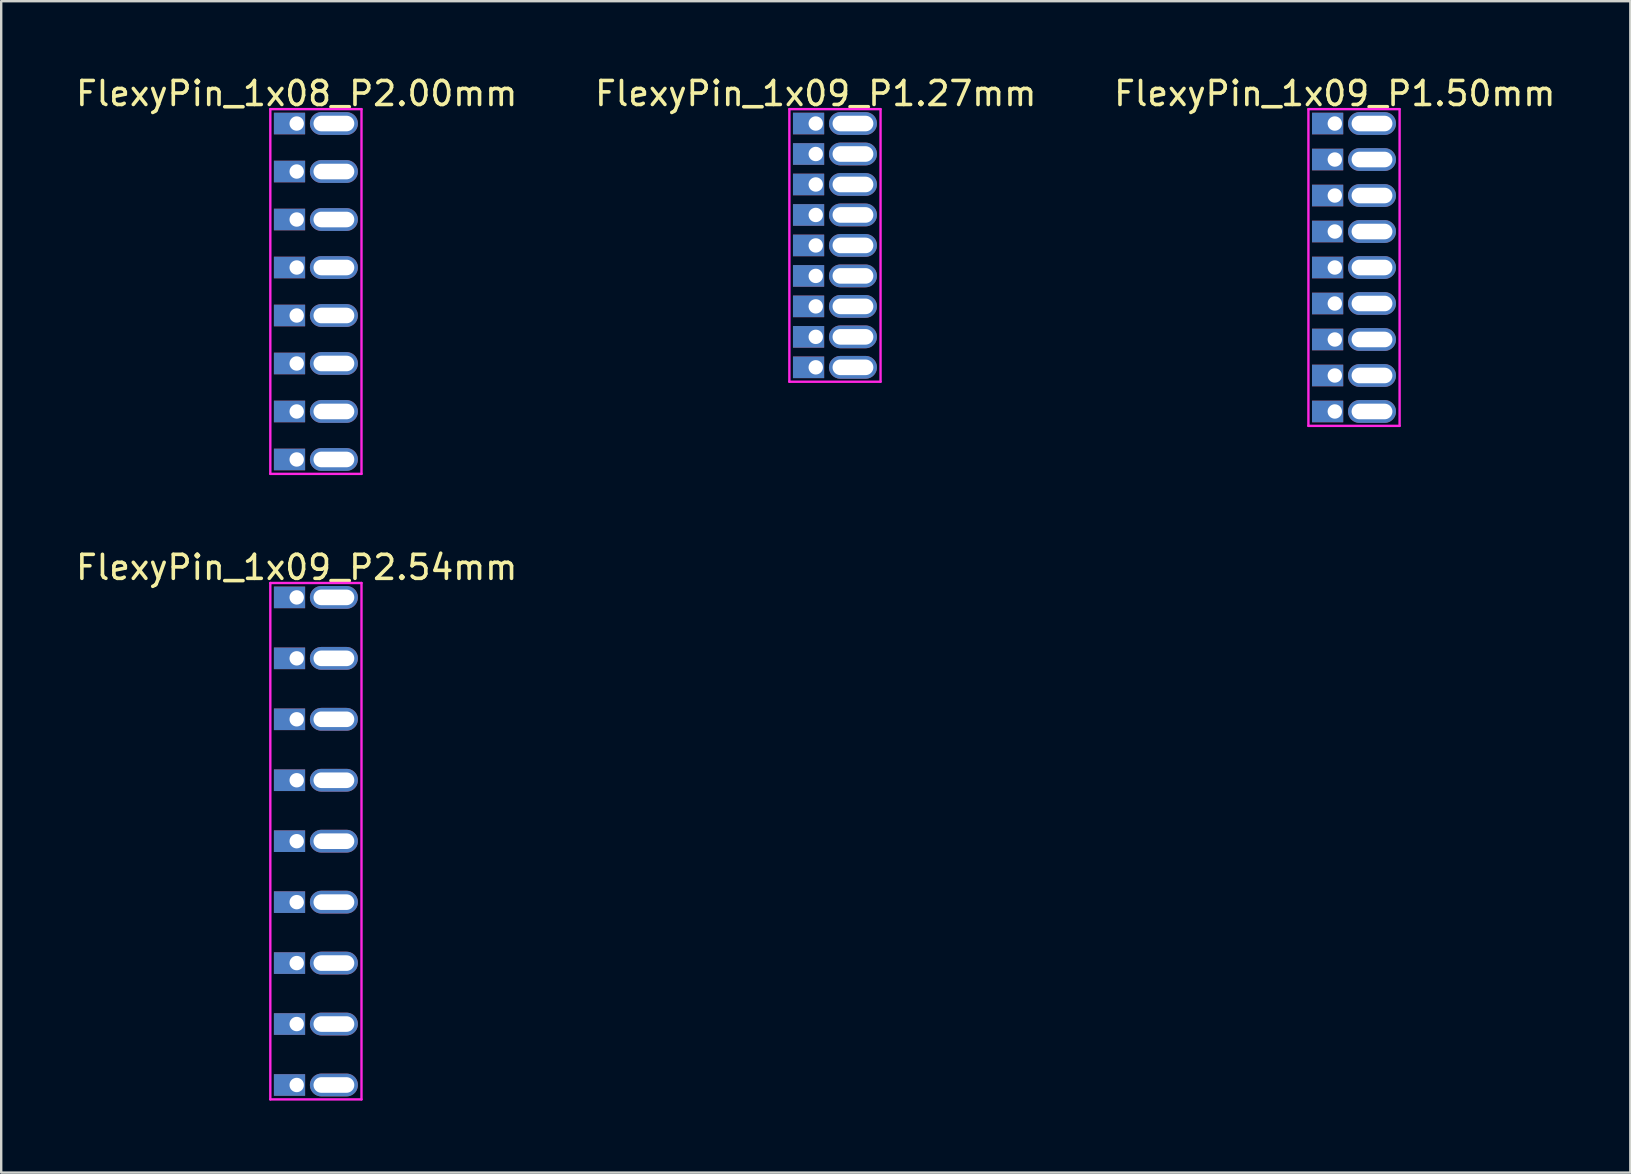
<source format=kicad_pcb>
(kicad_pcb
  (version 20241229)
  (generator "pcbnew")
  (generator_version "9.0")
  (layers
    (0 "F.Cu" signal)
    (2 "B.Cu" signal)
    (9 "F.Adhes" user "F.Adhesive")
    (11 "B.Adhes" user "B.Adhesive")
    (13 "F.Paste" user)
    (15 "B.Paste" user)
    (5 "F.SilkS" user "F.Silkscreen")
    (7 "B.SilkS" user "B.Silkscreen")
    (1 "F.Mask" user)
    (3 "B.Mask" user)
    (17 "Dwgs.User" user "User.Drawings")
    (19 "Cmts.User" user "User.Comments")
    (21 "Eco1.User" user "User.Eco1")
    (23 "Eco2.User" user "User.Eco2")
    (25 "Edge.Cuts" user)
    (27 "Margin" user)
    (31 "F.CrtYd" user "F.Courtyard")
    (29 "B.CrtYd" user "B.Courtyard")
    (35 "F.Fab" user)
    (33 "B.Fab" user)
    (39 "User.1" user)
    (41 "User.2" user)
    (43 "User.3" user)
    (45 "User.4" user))
  (footprint "FlexyPin_1x09_P2.54mm"
    (layer "F.Cu")
    (at 9.315 21.846)
    (property "Reference" "FlexyPin_1x09_P2.54mm" (at 0 -1.25 0) (layer "F.SilkS") (effects (font (size 1 1) (thickness 0.15))))
    (attr through_hole)
    (fp_line (start -1.1 -0.6) (end 2.7 -0.6) (stroke (width 0.1) (type solid)) (layer "F.CrtYd"))
    (fp_line (start -1.1 20.92) (end -1.1 -0.6) (stroke (width 0.1) (type solid)) (layer "F.CrtYd"))
    (fp_line (start 2.7 -0.6) (end 2.7 20.92) (stroke (width 0.1) (type solid)) (layer "F.CrtYd"))
    (fp_line (start 2.7 20.92) (end -1.1 20.92) (stroke (width 0.1) (type solid)) (layer "F.CrtYd"))
    (pad "" thru_hole oval (at 1.55 0) (size 2 0.95) (drill oval 1.7 0.65) (layers "*.Cu" "*.Mask"))
    (pad "" thru_hole oval (at 1.55 2.54) (size 2 0.95) (drill oval 1.7 0.65) (layers "*.Cu" "*.Mask"))
    (pad "" thru_hole oval (at 1.55 5.08) (size 2 0.95) (drill oval 1.7 0.65) (layers "*.Cu" "*.Mask"))
    (pad "" thru_hole oval (at 1.55 7.62) (size 2 0.95) (drill oval 1.7 0.65) (layers "*.Cu" "*.Mask"))
    (pad "" thru_hole oval (at 1.55 10.16) (size 2 0.95) (drill oval 1.7 0.65) (layers "*.Cu" "*.Mask"))
    (pad "" thru_hole oval (at 1.55 12.7) (size 2 0.95) (drill oval 1.7 0.65) (layers "*.Cu" "*.Mask"))
    (pad "" thru_hole oval (at 1.55 15.24) (size 2 0.95) (drill oval 1.7 0.65) (layers "*.Cu" "*.Mask"))
    (pad "" thru_hole oval (at 1.55 17.78) (size 2 0.95) (drill oval 1.7 0.65) (layers "*.Cu" "*.Mask"))
    (pad "" thru_hole oval (at 1.55 20.32) (size 2 0.95) (drill oval 1.7 0.65) (layers "*.Cu" "*.Mask"))
    (pad "1" thru_hole rect (at 0 0) (size 1.3 0.9) (drill 0.6 (offset -0.3 0)) (layers "*.Cu" "*.Mask"))
    (pad "2" thru_hole rect (at 0 2.54) (size 1.3 0.9) (drill 0.6 (offset -0.3 0)) (layers "*.Cu" "*.Mask"))
    (pad "3" thru_hole rect (at 0 5.08) (size 1.3 0.9) (drill 0.6 (offset -0.3 0)) (layers "*.Cu" "*.Mask"))
    (pad "4" thru_hole rect (at 0 7.62) (size 1.3 0.9) (drill 0.6 (offset -0.3 0)) (layers "*.Cu" "*.Mask"))
    (pad "5" thru_hole rect (at 0 10.16) (size 1.3 0.9) (drill 0.6 (offset -0.3 0)) (layers "*.Cu" "*.Mask"))
    (pad "6" thru_hole rect (at 0 12.7) (size 1.3 0.9) (drill 0.6 (offset -0.3 0)) (layers "*.Cu" "*.Mask"))
    (pad "7" thru_hole rect (at 0 15.24) (size 1.3 0.9) (drill 0.6 (offset -0.3 0)) (layers "*.Cu" "*.Mask"))
    (pad "8" thru_hole rect (at 0 17.78) (size 1.3 0.9) (drill 0.6 (offset -0.3 0)) (layers "*.Cu" "*.Mask"))
    (pad "9" thru_hole rect (at 0 20.32) (size 1.3 0.9) (drill 0.6 (offset -0.3 0)) (layers "*.Cu" "*.Mask")))
  (footprint "FlexyPin_1x08_P2.00mm"
    (layer "F.Cu")
    (at 9.315 2.098)
    (property "Reference" "FlexyPin_1x08_P2.00mm" (at 0 -1.25 0) (layer "F.SilkS") (effects (font (size 1 1) (thickness 0.15))))
    (attr through_hole)
    (fp_line (start -1.1 -0.6) (end 2.7 -0.6) (stroke (width 0.1) (type solid)) (layer "F.CrtYd"))
    (fp_line (start -1.1 14.6) (end -1.1 -0.6) (stroke (width 0.1) (type solid)) (layer "F.CrtYd"))
    (fp_line (start 2.7 -0.6) (end 2.7 14.6) (stroke (width 0.1) (type solid)) (layer "F.CrtYd"))
    (fp_line (start 2.7 14.6) (end -1.1 14.6) (stroke (width 0.1) (type solid)) (layer "F.CrtYd"))
    (pad "" thru_hole oval (at 1.55 0) (size 2 0.95) (drill oval 1.7 0.65) (layers "*.Cu" "*.Mask"))
    (pad "" thru_hole oval (at 1.55 2) (size 2 0.95) (drill oval 1.7 0.65) (layers "*.Cu" "*.Mask"))
    (pad "" thru_hole oval (at 1.55 4) (size 2 0.95) (drill oval 1.7 0.65) (layers "*.Cu" "*.Mask"))
    (pad "" thru_hole oval (at 1.55 6) (size 2 0.95) (drill oval 1.7 0.65) (layers "*.Cu" "*.Mask"))
    (pad "" thru_hole oval (at 1.55 8) (size 2 0.95) (drill oval 1.7 0.65) (layers "*.Cu" "*.Mask"))
    (pad "" thru_hole oval (at 1.55 10) (size 2 0.95) (drill oval 1.7 0.65) (layers "*.Cu" "*.Mask"))
    (pad "" thru_hole oval (at 1.55 12) (size 2 0.95) (drill oval 1.7 0.65) (layers "*.Cu" "*.Mask"))
    (pad "" thru_hole oval (at 1.55 14) (size 2 0.95) (drill oval 1.7 0.65) (layers "*.Cu" "*.Mask"))
    (pad "1" thru_hole rect (at 0 0) (size 1.3 0.9) (drill 0.6 (offset -0.3 0)) (layers "*.Cu" "*.Mask"))
    (pad "2" thru_hole rect (at 0 2) (size 1.3 0.9) (drill 0.6 (offset -0.3 0)) (layers "*.Cu" "*.Mask"))
    (pad "3" thru_hole rect (at 0 4) (size 1.3 0.9) (drill 0.6 (offset -0.3 0)) (layers "*.Cu" "*.Mask"))
    (pad "4" thru_hole rect (at 0 6) (size 1.3 0.9) (drill 0.6 (offset -0.3 0)) (layers "*.Cu" "*.Mask"))
    (pad "5" thru_hole rect (at 0 8) (size 1.3 0.9) (drill 0.6 (offset -0.3 0)) (layers "*.Cu" "*.Mask"))
    (pad "6" thru_hole rect (at 0 10) (size 1.3 0.9) (drill 0.6 (offset -0.3 0)) (layers "*.Cu" "*.Mask"))
    (pad "7" thru_hole rect (at 0 12) (size 1.3 0.9) (drill 0.6 (offset -0.3 0)) (layers "*.Cu" "*.Mask"))
    (pad "8" thru_hole rect (at 0 14) (size 1.3 0.9) (drill 0.6 (offset -0.3 0)) (layers "*.Cu" "*.Mask")))
  (footprint "FlexyPin_1x09_P1.27mm"
    (layer "F.Cu")
    (at 30.946 2.098)
    (property "Reference" "FlexyPin_1x09_P1.27mm" (at 0 -1.25 0) (layer "F.SilkS") (effects (font (size 1 1) (thickness 0.15))))
    (attr through_hole)
    (fp_line (start -1.1 -0.6) (end 2.7 -0.6) (stroke (width 0.1) (type solid)) (layer "F.CrtYd"))
    (fp_line (start -1.1 10.76) (end -1.1 -0.6) (stroke (width 0.1) (type solid)) (layer "F.CrtYd"))
    (fp_line (start 2.7 -0.6) (end 2.7 10.76) (stroke (width 0.1) (type solid)) (layer "F.CrtYd"))
    (fp_line (start 2.7 10.76) (end -1.1 10.76) (stroke (width 0.1) (type solid)) (layer "F.CrtYd"))
    (pad "" thru_hole oval (at 1.55 0) (size 2 0.95) (drill oval 1.7 0.65) (layers "*.Cu" "*.Mask"))
    (pad "" thru_hole oval (at 1.55 1.27) (size 2 0.95) (drill oval 1.7 0.65) (layers "*.Cu" "*.Mask"))
    (pad "" thru_hole oval (at 1.55 2.54) (size 2 0.95) (drill oval 1.7 0.65) (layers "*.Cu" "*.Mask"))
    (pad "" thru_hole oval (at 1.55 3.81) (size 2 0.95) (drill oval 1.7 0.65) (layers "*.Cu" "*.Mask"))
    (pad "" thru_hole oval (at 1.55 5.08) (size 2 0.95) (drill oval 1.7 0.65) (layers "*.Cu" "*.Mask"))
    (pad "" thru_hole oval (at 1.55 6.35) (size 2 0.95) (drill oval 1.7 0.65) (layers "*.Cu" "*.Mask"))
    (pad "" thru_hole oval (at 1.55 7.62) (size 2 0.95) (drill oval 1.7 0.65) (layers "*.Cu" "*.Mask"))
    (pad "" thru_hole oval (at 1.55 8.89) (size 2 0.95) (drill oval 1.7 0.65) (layers "*.Cu" "*.Mask"))
    (pad "" thru_hole oval (at 1.55 10.16) (size 2 0.95) (drill oval 1.7 0.65) (layers "*.Cu" "*.Mask"))
    (pad "1" thru_hole rect (at 0 0) (size 1.3 0.9) (drill 0.6 (offset -0.3 0)) (layers "*.Cu" "*.Mask"))
    (pad "2" thru_hole rect (at 0 1.27) (size 1.3 0.9) (drill 0.6 (offset -0.3 0)) (layers "*.Cu" "*.Mask"))
    (pad "3" thru_hole rect (at 0 2.54) (size 1.3 0.9) (drill 0.6 (offset -0.3 0)) (layers "*.Cu" "*.Mask"))
    (pad "4" thru_hole rect (at 0 3.81) (size 1.3 0.9) (drill 0.6 (offset -0.3 0)) (layers "*.Cu" "*.Mask"))
    (pad "5" thru_hole rect (at 0 5.08) (size 1.3 0.9) (drill 0.6 (offset -0.3 0)) (layers "*.Cu" "*.Mask"))
    (pad "6" thru_hole rect (at 0 6.35) (size 1.3 0.9) (drill 0.6 (offset -0.3 0)) (layers "*.Cu" "*.Mask"))
    (pad "7" thru_hole rect (at 0 7.62) (size 1.3 0.9) (drill 0.6 (offset -0.3 0)) (layers "*.Cu" "*.Mask"))
    (pad "8" thru_hole rect (at 0 8.89) (size 1.3 0.9) (drill 0.6 (offset -0.3 0)) (layers "*.Cu" "*.Mask"))
    (pad "9" thru_hole rect (at 0 10.16) (size 1.3 0.9) (drill 0.6 (offset -0.3 0)) (layers "*.Cu" "*.Mask")))
  (footprint "FlexyPin_1x09_P1.50mm"
    (layer "F.Cu")
    (at 52.577 2.098)
    (property "Reference" "FlexyPin_1x09_P1.50mm" (at 0 -1.25 0) (layer "F.SilkS") (effects (font (size 1 1) (thickness 0.15))))
    (attr through_hole)
    (fp_line (start -1.1 -0.6) (end 2.7 -0.6) (stroke (width 0.1) (type solid)) (layer "F.CrtYd"))
    (fp_line (start -1.1 12.6) (end -1.1 -0.6) (stroke (width 0.1) (type solid)) (layer "F.CrtYd"))
    (fp_line (start 2.7 -0.6) (end 2.7 12.6) (stroke (width 0.1) (type solid)) (layer "F.CrtYd"))
    (fp_line (start 2.7 12.6) (end -1.1 12.6) (stroke (width 0.1) (type solid)) (layer "F.CrtYd"))
    (pad "" thru_hole oval (at 1.55 0) (size 2 0.95) (drill oval 1.7 0.65) (layers "*.Cu" "*.Mask"))
    (pad "" thru_hole oval (at 1.55 1.5) (size 2 0.95) (drill oval 1.7 0.65) (layers "*.Cu" "*.Mask"))
    (pad "" thru_hole oval (at 1.55 3) (size 2 0.95) (drill oval 1.7 0.65) (layers "*.Cu" "*.Mask"))
    (pad "" thru_hole oval (at 1.55 4.5) (size 2 0.95) (drill oval 1.7 0.65) (layers "*.Cu" "*.Mask"))
    (pad "" thru_hole oval (at 1.55 6) (size 2 0.95) (drill oval 1.7 0.65) (layers "*.Cu" "*.Mask"))
    (pad "" thru_hole oval (at 1.55 7.5) (size 2 0.95) (drill oval 1.7 0.65) (layers "*.Cu" "*.Mask"))
    (pad "" thru_hole oval (at 1.55 9) (size 2 0.95) (drill oval 1.7 0.65) (layers "*.Cu" "*.Mask"))
    (pad "" thru_hole oval (at 1.55 10.5) (size 2 0.95) (drill oval 1.7 0.65) (layers "*.Cu" "*.Mask"))
    (pad "" thru_hole oval (at 1.55 12) (size 2 0.95) (drill oval 1.7 0.65) (layers "*.Cu" "*.Mask"))
    (pad "1" thru_hole rect (at 0 0) (size 1.3 0.9) (drill 0.6 (offset -0.3 0)) (layers "*.Cu" "*.Mask"))
    (pad "2" thru_hole rect (at 0 1.5) (size 1.3 0.9) (drill 0.6 (offset -0.3 0)) (layers "*.Cu" "*.Mask"))
    (pad "3" thru_hole rect (at 0 3) (size 1.3 0.9) (drill 0.6 (offset -0.3 0)) (layers "*.Cu" "*.Mask"))
    (pad "4" thru_hole rect (at 0 4.5) (size 1.3 0.9) (drill 0.6 (offset -0.3 0)) (layers "*.Cu" "*.Mask"))
    (pad "5" thru_hole rect (at 0 6) (size 1.3 0.9) (drill 0.6 (offset -0.3 0)) (layers "*.Cu" "*.Mask"))
    (pad "6" thru_hole rect (at 0 7.5) (size 1.3 0.9) (drill 0.6 (offset -0.3 0)) (layers "*.Cu" "*.Mask"))
    (pad "7" thru_hole rect (at 0 9) (size 1.3 0.9) (drill 0.6 (offset -0.3 0)) (layers "*.Cu" "*.Mask"))
    (pad "8" thru_hole rect (at 0 10.5) (size 1.3 0.9) (drill 0.6 (offset -0.3 0)) (layers "*.Cu" "*.Mask"))
    (pad "9" thru_hole rect (at 0 12) (size 1.3 0.9) (drill 0.6 (offset -0.3 0)) (layers "*.Cu" "*.Mask")))
  (gr_rect
    (start -3 -3)
    (end 64.893 45.816)
    (stroke (width 0.1) (type default))
    (fill no)
    (layer "Edge.Cuts")))
</source>
